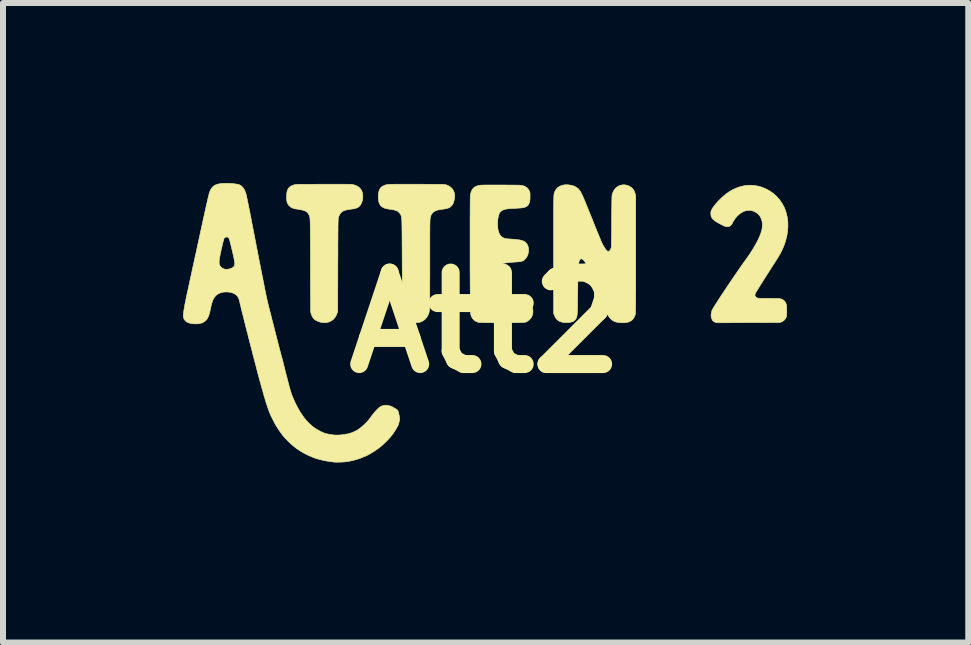
<source format=kicad_pcb>
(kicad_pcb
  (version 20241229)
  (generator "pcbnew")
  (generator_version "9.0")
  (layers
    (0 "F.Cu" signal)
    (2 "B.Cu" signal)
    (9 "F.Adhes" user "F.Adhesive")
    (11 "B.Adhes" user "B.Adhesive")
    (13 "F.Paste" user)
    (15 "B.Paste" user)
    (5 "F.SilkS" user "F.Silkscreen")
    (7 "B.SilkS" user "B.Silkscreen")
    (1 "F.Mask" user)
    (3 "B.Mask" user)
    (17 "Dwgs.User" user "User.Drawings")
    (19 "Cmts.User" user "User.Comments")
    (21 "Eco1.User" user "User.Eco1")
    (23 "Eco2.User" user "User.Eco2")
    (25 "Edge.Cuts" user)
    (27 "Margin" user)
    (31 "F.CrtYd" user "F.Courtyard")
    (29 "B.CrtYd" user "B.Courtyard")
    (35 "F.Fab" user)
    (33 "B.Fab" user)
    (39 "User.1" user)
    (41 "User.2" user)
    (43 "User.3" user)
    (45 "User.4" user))
  (footprint "Att2"
    (layer "F.Cu")
    (at 5.04 2.327)
    (property "Reference" "Att2" (at 0 0 0) (layer "F.SilkS") (effects (font (size 1.524 1.524) (thickness 0.3))))
    (attr through_hole)
    (fp_poly (pts (xy -2.408 -2.307) (xy -2.369 -2.307) (xy -2.336 -2.307) (xy -2.309 -2.307) (xy -2.286 -2.306) (xy -2.266 -2.306) (xy -2.251 -2.305) (xy -2.238 -2.305) (xy -2.228 -2.304) (xy -2.22 -2.303) (xy -2.213 -2.302) (xy -2.209 -2.301) (xy -2.166 -2.289) (xy -2.129 -2.271) (xy -2.098 -2.247) (xy -2.074 -2.217) (xy -2.062 -2.197) (xy -2.051 -2.162) (xy -2.045 -2.124) (xy -2.045 -2.083) (xy -2.051 -2.043) (xy -2.062 -2.004) (xy -2.079 -1.97) (xy -2.082 -1.964) (xy -2.097 -1.945) (xy -2.114 -1.929) (xy -2.135 -1.917) (xy -2.16 -1.907) (xy -2.191 -1.899) (xy -2.229 -1.893) (xy -2.236 -1.892) (xy -2.275 -1.886) (xy -2.307 -1.881) (xy -2.333 -1.875) (xy -2.354 -1.868) (xy -2.372 -1.861) (xy -2.386 -1.852) (xy -2.4 -1.841) (xy -2.402 -1.839) (xy -2.422 -1.817) (xy -2.437 -1.791) (xy -2.449 -1.758) (xy -2.451 -1.754) (xy -2.452 -1.75) (xy -2.453 -1.746) (xy -2.453 -1.74) (xy -2.454 -1.733) (xy -2.455 -1.724) (xy -2.455 -1.712) (xy -2.456 -1.698) (xy -2.456 -1.681) (xy -2.457 -1.66) (xy -2.457 -1.635) (xy -2.458 -1.606) (xy -2.458 -1.572) (xy -2.458 -1.534) (xy -2.459 -1.489) (xy -2.459 -1.439) (xy -2.459 -1.383) (xy -2.46 -1.32) (xy -2.46 -1.25) (xy -2.46 -1.172) (xy -2.46 -1.087) (xy -2.461 -0.993) (xy -2.461 -0.955) (xy -2.463 -0.182) (xy -2.475 -0.153) (xy -2.49 -0.118) (xy -2.508 -0.089) (xy -2.528 -0.064) (xy -2.534 -0.058) (xy -2.566 -0.033) (xy -2.603 -0.014) (xy -2.643 -0.004) (xy -2.686 -0.000447) (xy -2.732 -0.005) (xy -2.755 -0.01) (xy -2.796 -0.024) (xy -2.829 -0.04) (xy -2.856 -0.061) (xy -2.877 -0.086) (xy -2.894 -0.116) (xy -2.905 -0.148) (xy -2.914 -0.182) (xy -2.917 -0.953) (xy -2.917 -1.051) (xy -2.917 -1.141) (xy -2.918 -1.223) (xy -2.918 -1.297) (xy -2.918 -1.364) (xy -2.918 -1.424) (xy -2.919 -1.478) (xy -2.919 -1.526) (xy -2.92 -1.569) (xy -2.92 -1.606) (xy -2.921 -1.638) (xy -2.921 -1.666) (xy -2.922 -1.69) (xy -2.923 -1.71) (xy -2.924 -1.727) (xy -2.925 -1.741) (xy -2.927 -1.752) (xy -2.928 -1.762) (xy -2.93 -1.77) (xy -2.932 -1.776) (xy -2.934 -1.782) (xy -2.936 -1.787) (xy -2.939 -1.792) (xy -2.941 -1.797) (xy -2.943 -1.8) (xy -2.956 -1.821) (xy -2.971 -1.839) (xy -2.989 -1.853) (xy -3.011 -1.864) (xy -3.04 -1.874) (xy -3.075 -1.882) (xy -3.097 -1.885) (xy -3.122 -1.89) (xy -3.146 -1.894) (xy -3.167 -1.897) (xy -3.181 -1.9) (xy -3.185 -1.901) (xy -3.22 -1.912) (xy -3.25 -1.93) (xy -3.276 -1.953) (xy -3.296 -1.982) (xy -3.302 -1.996) (xy -3.309 -2.02) (xy -3.313 -2.049) (xy -3.315 -2.083) (xy -3.314 -2.117) (xy -3.312 -2.152) (xy -3.307 -2.182) (xy -3.3 -2.208) (xy -3.298 -2.213) (xy -3.282 -2.241) (xy -3.259 -2.264) (xy -3.229 -2.282) (xy -3.192 -2.296) (xy -3.191 -2.296) (xy -3.186 -2.298) (xy -3.181 -2.299) (xy -3.175 -2.3) (xy -3.168 -2.301) (xy -3.159 -2.302) (xy -3.148 -2.303) (xy -3.135 -2.304) (xy -3.118 -2.304) (xy -3.097 -2.305) (xy -3.072 -2.305) (xy -3.043 -2.305) (xy -3.008 -2.306) (xy -2.967 -2.306) (xy -2.919 -2.306) (xy -2.865 -2.306) (xy -2.803 -2.307) (xy -2.733 -2.307) (xy -2.702 -2.307) (xy -2.628 -2.307) (xy -2.562 -2.307) (xy -2.503 -2.307) (xy -2.452 -2.307) (xy -2.408 -2.307)) (stroke (width 0.01) (type solid)) (fill yes) (layer "F.SilkS"))
    (fp_poly (pts (xy -1.315 -2.307) (xy -1.25 -2.307) (xy -1.177 -2.307) (xy -1.138 -2.307) (xy -1.065 -2.307) (xy -0.999 -2.306) (xy -0.942 -2.306) (xy -0.892 -2.306) (xy -0.848 -2.306) (xy -0.81 -2.305) (xy -0.779 -2.305) (xy -0.752 -2.305) (xy -0.73 -2.304) (xy -0.712 -2.304) (xy -0.697 -2.303) (xy -0.686 -2.302) (xy -0.677 -2.302) (xy -0.67 -2.301) (xy -0.664 -2.3) (xy -0.66 -2.298) (xy -0.657 -2.297) (xy -0.615 -2.28) (xy -0.58 -2.257) (xy -0.552 -2.229) (xy -0.532 -2.196) (xy -0.519 -2.159) (xy -0.514 -2.118) (xy -0.516 -2.073) (xy -0.526 -2.027) (xy -0.539 -1.989) (xy -0.558 -1.957) (xy -0.581 -1.933) (xy -0.586 -1.929) (xy -0.598 -1.921) (xy -0.61 -1.914) (xy -0.625 -1.909) (xy -0.642 -1.904) (xy -0.665 -1.899) (xy -0.693 -1.894) (xy -0.72 -1.89) (xy -0.746 -1.886) (xy -0.77 -1.882) (xy -0.79 -1.878) (xy -0.804 -1.875) (xy -0.81 -1.874) (xy -0.845 -1.859) (xy -0.874 -1.838) (xy -0.896 -1.812) (xy -0.907 -1.792) (xy -0.91 -1.786) (xy -0.912 -1.78) (xy -0.914 -1.774) (xy -0.916 -1.768) (xy -0.918 -1.761) (xy -0.92 -1.753) (xy -0.921 -1.743) (xy -0.922 -1.731) (xy -0.924 -1.717) (xy -0.925 -1.7) (xy -0.925 -1.679) (xy -0.926 -1.655) (xy -0.927 -1.627) (xy -0.927 -1.594) (xy -0.927 -1.556) (xy -0.928 -1.513) (xy -0.928 -1.464) (xy -0.928 -1.41) (xy -0.928 -1.348) (xy -0.928 -1.28) (xy -0.928 -1.204) (xy -0.928 -1.121) (xy -0.928 -1.029) (xy -0.928 -0.981) (xy -0.928 -0.87) (xy -0.928 -0.768) (xy -0.929 -0.674) (xy -0.929 -0.589) (xy -0.929 -0.512) (xy -0.929 -0.444) (xy -0.93 -0.384) (xy -0.93 -0.333) (xy -0.931 -0.291) (xy -0.931 -0.257) (xy -0.932 -0.233) (xy -0.933 -0.216) (xy -0.933 -0.21) (xy -0.943 -0.164) (xy -0.959 -0.122) (xy -0.982 -0.085) (xy -1.01 -0.054) (xy -1.044 -0.029) (xy -1.077 -0.013) (xy -1.103 -0.005) (xy -1.135 -0.002) (xy -1.169 -0.001) (xy -1.202 -0.004) (xy -1.222 -0.009) (xy -1.252 -0.018) (xy -1.281 -0.031) (xy -1.306 -0.045) (xy -1.327 -0.06) (xy -1.334 -0.067) (xy -1.352 -0.091) (xy -1.366 -0.122) (xy -1.376 -0.156) (xy -1.379 -0.171) (xy -1.38 -0.178) (xy -1.381 -0.192) (xy -1.381 -0.211) (xy -1.382 -0.236) (xy -1.383 -0.267) (xy -1.383 -0.305) (xy -1.384 -0.35) (xy -1.384 -0.402) (xy -1.385 -0.461) (xy -1.385 -0.528) (xy -1.386 -0.602) (xy -1.386 -0.685) (xy -1.387 -0.775) (xy -1.387 -0.873) (xy -1.388 -0.968) (xy -1.388 -1.065) (xy -1.389 -1.154) (xy -1.389 -1.234) (xy -1.39 -1.307) (xy -1.39 -1.373) (xy -1.39 -1.433) (xy -1.391 -1.485) (xy -1.391 -1.532) (xy -1.392 -1.574) (xy -1.392 -1.61) (xy -1.393 -1.641) (xy -1.393 -1.668) (xy -1.394 -1.691) (xy -1.395 -1.711) (xy -1.396 -1.727) (xy -1.397 -1.74) (xy -1.398 -1.751) (xy -1.399 -1.761) (xy -1.401 -1.768) (xy -1.403 -1.774) (xy -1.405 -1.78) (xy -1.407 -1.785) (xy -1.409 -1.79) (xy -1.411 -1.796) (xy -1.411 -1.796) (xy -1.418 -1.809) (xy -1.429 -1.823) (xy -1.435 -1.83) (xy -1.447 -1.843) (xy -1.461 -1.854) (xy -1.476 -1.863) (xy -1.495 -1.87) (xy -1.518 -1.877) (xy -1.547 -1.883) (xy -1.583 -1.889) (xy -1.607 -1.892) (xy -1.649 -1.9) (xy -1.683 -1.909) (xy -1.71 -1.922) (xy -1.733 -1.937) (xy -1.751 -1.957) (xy -1.764 -1.978) (xy -1.776 -2.009) (xy -1.784 -2.043) (xy -1.787 -2.084) (xy -1.787 -2.089) (xy -1.785 -2.136) (xy -1.779 -2.176) (xy -1.769 -2.209) (xy -1.765 -2.219) (xy -1.752 -2.24) (xy -1.738 -2.257) (xy -1.719 -2.271) (xy -1.696 -2.283) (xy -1.688 -2.287) (xy -1.68 -2.29) (xy -1.671 -2.293) (xy -1.662 -2.296) (xy -1.652 -2.298) (xy -1.641 -2.3) (xy -1.627 -2.302) (xy -1.61 -2.303) (xy -1.59 -2.305) (xy -1.566 -2.306) (xy -1.538 -2.306) (xy -1.506 -2.307) (xy -1.467 -2.307) (xy -1.423 -2.307) (xy -1.373 -2.307) (xy -1.315 -2.307)) (stroke (width 0.01) (type solid)) (fill yes) (layer "F.SilkS"))
    (fp_poly (pts (xy 4.482 -2.286) (xy 4.551 -2.274) (xy 4.618 -2.253) (xy 4.682 -2.225) (xy 4.743 -2.191) (xy 4.8 -2.15) (xy 4.852 -2.103) (xy 4.899 -2.05) (xy 4.939 -1.993) (xy 4.973 -1.93) (xy 4.986 -1.903) (xy 5.011 -1.83) (xy 5.029 -1.753) (xy 5.038 -1.675) (xy 5.039 -1.594) (xy 5.032 -1.511) (xy 5.017 -1.427) (xy 4.993 -1.342) (xy 4.99 -1.332) (xy 4.973 -1.284) (xy 4.953 -1.237) (xy 4.932 -1.191) (xy 4.907 -1.144) (xy 4.877 -1.093) (xy 4.843 -1.039) (xy 4.836 -1.028) (xy 4.815 -0.995) (xy 4.791 -0.958) (xy 4.766 -0.919) (xy 4.74 -0.878) (xy 4.713 -0.836) (xy 4.686 -0.794) (xy 4.659 -0.751) (xy 4.633 -0.71) (xy 4.608 -0.67) (xy 4.584 -0.633) (xy 4.563 -0.598) (xy 4.544 -0.568) (xy 4.528 -0.542) (xy 4.515 -0.521) (xy 4.506 -0.506) (xy 4.501 -0.497) (xy 4.501 -0.497) (xy 4.495 -0.482) (xy 4.49 -0.469) (xy 4.489 -0.461) (xy 4.493 -0.443) (xy 4.505 -0.427) (xy 4.523 -0.416) (xy 4.528 -0.413) (xy 4.533 -0.411) (xy 4.539 -0.409) (xy 4.547 -0.408) (xy 4.557 -0.407) (xy 4.571 -0.406) (xy 4.589 -0.405) (xy 4.613 -0.405) (xy 4.643 -0.405) (xy 4.68 -0.405) (xy 4.712 -0.405) (xy 4.751 -0.405) (xy 4.787 -0.404) (xy 4.821 -0.404) (xy 4.85 -0.403) (xy 4.874 -0.403) (xy 4.891 -0.402) (xy 4.901 -0.401) (xy 4.902 -0.401) (xy 4.933 -0.393) (xy 4.962 -0.378) (xy 4.985 -0.358) (xy 5 -0.336) (xy 5.006 -0.322) (xy 5.011 -0.306) (xy 5.015 -0.289) (xy 5.017 -0.267) (xy 5.018 -0.24) (xy 5.019 -0.205) (xy 5.019 -0.196) (xy 5.019 -0.166) (xy 5.018 -0.144) (xy 5.017 -0.127) (xy 5.016 -0.114) (xy 5.014 -0.103) (xy 5.011 -0.094) (xy 5.01 -0.09) (xy 4.995 -0.063) (xy 4.975 -0.04) (xy 4.95 -0.021) (xy 4.932 -0.013) (xy 4.907 -0.003) (xy 4.476 -0.001) (xy 4.413 -0.001) (xy 4.35 -0.001) (xy 4.29 -0.001) (xy 4.232 -0.000426) (xy 4.177 -0.000189) (xy 4.126 0.000047) (xy 4.08 0.000278) (xy 4.039 0.001) (xy 4.005 0.001) (xy 3.977 0.001) (xy 3.958 0.001) (xy 3.954 0.001) (xy 3.926 0.001) (xy 3.9 0.001) (xy 3.877 0.001) (xy 3.86 0.001) (xy 3.85 -0.000183) (xy 3.849 -0.000326) (xy 3.83 -0.006) (xy 3.81 -0.016) (xy 3.793 -0.028) (xy 3.789 -0.031) (xy 3.779 -0.046) (xy 3.77 -0.066) (xy 3.762 -0.088) (xy 3.76 -0.102) (xy 3.759 -0.122) (xy 3.761 -0.147) (xy 3.766 -0.174) (xy 3.772 -0.199) (xy 3.775 -0.208) (xy 3.78 -0.218) (xy 3.79 -0.235) (xy 3.804 -0.258) (xy 3.821 -0.286) (xy 3.843 -0.32) (xy 3.867 -0.358) (xy 3.894 -0.399) (xy 3.923 -0.444) (xy 3.955 -0.492) (xy 3.988 -0.542) (xy 4.022 -0.593) (xy 4.057 -0.645) (xy 4.093 -0.698) (xy 4.128 -0.75) (xy 4.164 -0.802) (xy 4.199 -0.853) (xy 4.232 -0.902) (xy 4.265 -0.948) (xy 4.295 -0.992) (xy 4.324 -1.032) (xy 4.35 -1.067) (xy 4.35 -1.069) (xy 4.397 -1.134) (xy 4.439 -1.199) (xy 4.478 -1.263) (xy 4.513 -1.325) (xy 4.544 -1.385) (xy 4.569 -1.441) (xy 4.589 -1.492) (xy 4.603 -1.539) (xy 4.605 -1.548) (xy 4.61 -1.576) (xy 4.612 -1.608) (xy 4.613 -1.641) (xy 4.611 -1.671) (xy 4.607 -1.695) (xy 4.593 -1.738) (xy 4.572 -1.777) (xy 4.544 -1.809) (xy 4.51 -1.836) (xy 4.471 -1.856) (xy 4.429 -1.869) (xy 4.39 -1.873) (xy 4.35 -1.869) (xy 4.309 -1.857) (xy 4.27 -1.837) (xy 4.232 -1.811) (xy 4.195 -1.778) (xy 4.161 -1.738) (xy 4.131 -1.692) (xy 4.13 -1.691) (xy 4.121 -1.677) (xy 4.115 -1.665) (xy 4.112 -1.658) (xy 4.112 -1.657) (xy 4.11 -1.651) (xy 4.104 -1.641) (xy 4.099 -1.634) (xy 4.08 -1.615) (xy 4.057 -1.603) (xy 4.031 -1.599) (xy 4.002 -1.602) (xy 3.989 -1.606) (xy 3.978 -1.611) (xy 3.962 -1.619) (xy 3.941 -1.629) (xy 3.918 -1.641) (xy 3.895 -1.653) (xy 3.856 -1.675) (xy 3.825 -1.695) (xy 3.8 -1.714) (xy 3.782 -1.733) (xy 3.769 -1.753) (xy 3.76 -1.774) (xy 3.756 -1.797) (xy 3.755 -1.818) (xy 3.756 -1.837) (xy 3.757 -1.852) (xy 3.761 -1.865) (xy 3.768 -1.88) (xy 3.769 -1.883) (xy 3.787 -1.914) (xy 3.811 -1.947) (xy 3.84 -1.983) (xy 3.873 -2.02) (xy 3.909 -2.057) (xy 3.947 -2.093) (xy 3.985 -2.126) (xy 4.023 -2.156) (xy 4.059 -2.181) (xy 4.064 -2.184) (xy 4.129 -2.221) (xy 4.193 -2.249) (xy 4.257 -2.27) (xy 4.32 -2.284) (xy 4.386 -2.29) (xy 4.412 -2.29) (xy 4.482 -2.286)) (stroke (width 0.01) (type solid)) (fill yes) (layer "F.SilkS"))
    (fp_poly (pts (xy 1.423 -2.291) (xy 1.425 -2.29) (xy 1.47 -2.278) (xy 1.507 -2.26) (xy 1.538 -2.238) (xy 1.551 -2.225) (xy 1.558 -2.217) (xy 1.565 -2.208) (xy 1.572 -2.2) (xy 1.579 -2.189) (xy 1.586 -2.178) (xy 1.593 -2.164) (xy 1.602 -2.147) (xy 1.611 -2.128) (xy 1.622 -2.105) (xy 1.633 -2.078) (xy 1.647 -2.046) (xy 1.662 -2.01) (xy 1.679 -1.968) (xy 1.698 -1.921) (xy 1.72 -1.867) (xy 1.744 -1.807) (xy 1.772 -1.739) (xy 1.802 -1.664) (xy 1.804 -1.658) (xy 1.824 -1.609) (xy 1.843 -1.561) (xy 1.862 -1.515) (xy 1.879 -1.473) (xy 1.895 -1.435) (xy 1.909 -1.401) (xy 1.92 -1.372) (xy 1.93 -1.35) (xy 1.937 -1.334) (xy 1.94 -1.327) (xy 1.963 -1.284) (xy 1.984 -1.249) (xy 2.003 -1.221) (xy 2.021 -1.201) (xy 2.036 -1.19) (xy 2.048 -1.187) (xy 2.061 -1.191) (xy 2.073 -1.203) (xy 2.085 -1.222) (xy 2.094 -1.248) (xy 2.094 -1.249) (xy 2.095 -1.255) (xy 2.096 -1.266) (xy 2.097 -1.282) (xy 2.097 -1.304) (xy 2.098 -1.333) (xy 2.099 -1.367) (xy 2.099 -1.409) (xy 2.1 -1.458) (xy 2.101 -1.514) (xy 2.101 -1.578) (xy 2.102 -1.65) (xy 2.102 -1.693) (xy 2.102 -1.764) (xy 2.103 -1.827) (xy 2.103 -1.882) (xy 2.104 -1.93) (xy 2.104 -1.971) (xy 2.105 -2.007) (xy 2.105 -2.037) (xy 2.106 -2.062) (xy 2.106 -2.082) (xy 2.107 -2.099) (xy 2.108 -2.112) (xy 2.109 -2.122) (xy 2.109 -2.13) (xy 2.111 -2.137) (xy 2.112 -2.142) (xy 2.112 -2.143) (xy 2.129 -2.185) (xy 2.151 -2.222) (xy 2.178 -2.251) (xy 2.211 -2.274) (xy 2.249 -2.289) (xy 2.273 -2.295) (xy 2.31 -2.298) (xy 2.348 -2.292) (xy 2.386 -2.279) (xy 2.395 -2.275) (xy 2.426 -2.256) (xy 2.452 -2.233) (xy 2.472 -2.205) (xy 2.487 -2.17) (xy 2.493 -2.152) (xy 2.503 -2.117) (xy 2.503 -1.141) (xy 2.503 -1.032) (xy 2.503 -0.931) (xy 2.503 -0.838) (xy 2.503 -0.753) (xy 2.503 -0.676) (xy 2.503 -0.605) (xy 2.503 -0.541) (xy 2.502 -0.484) (xy 2.502 -0.432) (xy 2.502 -0.386) (xy 2.502 -0.345) (xy 2.502 -0.309) (xy 2.501 -0.278) (xy 2.501 -0.251) (xy 2.501 -0.228) (xy 2.5 -0.209) (xy 2.5 -0.192) (xy 2.5 -0.179) (xy 2.499 -0.168) (xy 2.498 -0.159) (xy 2.498 -0.152) (xy 2.497 -0.146) (xy 2.496 -0.142) (xy 2.495 -0.138) (xy 2.495 -0.136) (xy 2.485 -0.107) (xy 2.473 -0.083) (xy 2.458 -0.062) (xy 2.451 -0.054) (xy 2.429 -0.034) (xy 2.402 -0.019) (xy 2.371 -0.008) (xy 2.334 -0.002) (xy 2.291 0.001) (xy 2.249 -0.000484) (xy 2.205 -0.005) (xy 2.168 -0.013) (xy 2.136 -0.027) (xy 2.107 -0.045) (xy 2.082 -0.068) (xy 2.067 -0.085) (xy 2.052 -0.106) (xy 2.037 -0.131) (xy 2.022 -0.162) (xy 2.005 -0.199) (xy 1.987 -0.243) (xy 1.968 -0.29) (xy 1.953 -0.328) (xy 1.937 -0.37) (xy 1.918 -0.416) (xy 1.899 -0.464) (xy 1.878 -0.514) (xy 1.857 -0.566) (xy 1.836 -0.617) (xy 1.814 -0.669) (xy 1.793 -0.719) (xy 1.773 -0.767) (xy 1.753 -0.813) (xy 1.735 -0.855) (xy 1.718 -0.894) (xy 1.703 -0.927) (xy 1.69 -0.955) (xy 1.68 -0.977) (xy 1.672 -0.992) (xy 1.67 -0.996) (xy 1.65 -1.024) (xy 1.632 -1.045) (xy 1.614 -1.058) (xy 1.598 -1.064) (xy 1.584 -1.062) (xy 1.573 -1.052) (xy 1.573 -1.052) (xy 1.567 -1.041) (xy 1.561 -1.026) (xy 1.556 -1.007) (xy 1.554 -1.002) (xy 1.552 -0.992) (xy 1.55 -0.978) (xy 1.548 -0.961) (xy 1.547 -0.939) (xy 1.545 -0.914) (xy 1.544 -0.883) (xy 1.542 -0.848) (xy 1.541 -0.806) (xy 1.54 -0.759) (xy 1.539 -0.705) (xy 1.538 -0.643) (xy 1.537 -0.575) (xy 1.536 -0.498) (xy 1.535 -0.425) (xy 1.534 -0.364) (xy 1.533 -0.312) (xy 1.533 -0.267) (xy 1.532 -0.229) (xy 1.531 -0.197) (xy 1.529 -0.17) (xy 1.528 -0.148) (xy 1.526 -0.129) (xy 1.524 -0.114) (xy 1.521 -0.102) (xy 1.519 -0.091) (xy 1.517 -0.086) (xy 1.505 -0.063) (xy 1.488 -0.042) (xy 1.467 -0.025) (xy 1.455 -0.018) (xy 1.434 -0.012) (xy 1.407 -0.006) (xy 1.377 -0.002) (xy 1.348 -0.001) (xy 1.323 -0.002) (xy 1.279 -0.008) (xy 1.242 -0.019) (xy 1.211 -0.036) (xy 1.185 -0.058) (xy 1.164 -0.088) (xy 1.147 -0.124) (xy 1.146 -0.125) (xy 1.136 -0.151) (xy 1.135 -1.129) (xy 1.135 -1.24) (xy 1.135 -1.342) (xy 1.135 -1.437) (xy 1.135 -1.523) (xy 1.135 -1.603) (xy 1.135 -1.675) (xy 1.135 -1.741) (xy 1.135 -1.8) (xy 1.135 -1.853) (xy 1.135 -1.901) (xy 1.135 -1.944) (xy 1.136 -1.981) (xy 1.136 -2.014) (xy 1.137 -2.043) (xy 1.138 -2.067) (xy 1.138 -2.089) (xy 1.139 -2.107) (xy 1.14 -2.122) (xy 1.141 -2.134) (xy 1.143 -2.145) (xy 1.144 -2.154) (xy 1.146 -2.161) (xy 1.148 -2.167) (xy 1.15 -2.172) (xy 1.152 -2.177) (xy 1.154 -2.182) (xy 1.157 -2.187) (xy 1.158 -2.191) (xy 1.179 -2.225) (xy 1.206 -2.253) (xy 1.239 -2.274) (xy 1.241 -2.275) (xy 1.281 -2.29) (xy 1.325 -2.298) (xy 1.372 -2.298) (xy 1.423 -2.291)) (stroke (width 0.01) (type solid)) (fill yes) (layer "F.SilkS"))
    (fp_poly (pts (xy 0.132 -2.294) (xy 0.184 -2.294) (xy 0.245 -2.294) (xy 0.269 -2.294) (xy 0.33 -2.294) (xy 0.384 -2.293) (xy 0.43 -2.293) (xy 0.469 -2.293) (xy 0.502 -2.292) (xy 0.529 -2.292) (xy 0.551 -2.292) (xy 0.569 -2.291) (xy 0.583 -2.29) (xy 0.595 -2.289) (xy 0.603 -2.288) (xy 0.61 -2.287) (xy 0.616 -2.286) (xy 0.622 -2.284) (xy 0.625 -2.283) (xy 0.66 -2.269) (xy 0.688 -2.251) (xy 0.71 -2.229) (xy 0.727 -2.202) (xy 0.731 -2.194) (xy 0.735 -2.184) (xy 0.738 -2.175) (xy 0.74 -2.165) (xy 0.742 -2.152) (xy 0.742 -2.135) (xy 0.742 -2.111) (xy 0.742 -2.104) (xy 0.742 -2.076) (xy 0.741 -2.055) (xy 0.739 -2.038) (xy 0.737 -2.024) (xy 0.733 -2.01) (xy 0.732 -2.008) (xy 0.723 -1.982) (xy 0.712 -1.962) (xy 0.698 -1.947) (xy 0.68 -1.935) (xy 0.673 -1.932) (xy 0.661 -1.926) (xy 0.648 -1.921) (xy 0.633 -1.918) (xy 0.615 -1.915) (xy 0.594 -1.912) (xy 0.567 -1.91) (xy 0.534 -1.908) (xy 0.494 -1.906) (xy 0.481 -1.905) (xy 0.434 -1.903) (xy 0.395 -1.9) (xy 0.363 -1.896) (xy 0.336 -1.892) (xy 0.313 -1.886) (xy 0.294 -1.879) (xy 0.277 -1.87) (xy 0.261 -1.859) (xy 0.26 -1.858) (xy 0.241 -1.839) (xy 0.226 -1.812) (xy 0.215 -1.777) (xy 0.207 -1.734) (xy 0.202 -1.682) (xy 0.201 -1.64) (xy 0.204 -1.585) (xy 0.211 -1.537) (xy 0.224 -1.496) (xy 0.241 -1.462) (xy 0.264 -1.436) (xy 0.292 -1.416) (xy 0.324 -1.404) (xy 0.331 -1.402) (xy 0.343 -1.4) (xy 0.362 -1.398) (xy 0.385 -1.396) (xy 0.411 -1.394) (xy 0.43 -1.393) (xy 0.483 -1.389) (xy 0.528 -1.384) (xy 0.566 -1.379) (xy 0.598 -1.372) (xy 0.624 -1.364) (xy 0.646 -1.354) (xy 0.664 -1.342) (xy 0.678 -1.327) (xy 0.691 -1.311) (xy 0.692 -1.309) (xy 0.708 -1.275) (xy 0.716 -1.239) (xy 0.718 -1.2) (xy 0.713 -1.161) (xy 0.702 -1.124) (xy 0.685 -1.09) (xy 0.661 -1.06) (xy 0.658 -1.057) (xy 0.647 -1.046) (xy 0.636 -1.037) (xy 0.624 -1.031) (xy 0.61 -1.025) (xy 0.592 -1.021) (xy 0.571 -1.017) (xy 0.543 -1.014) (xy 0.509 -1.012) (xy 0.484 -1.01) (xy 0.431 -1.006) (xy 0.387 -1.002) (xy 0.349 -0.998) (xy 0.318 -0.993) (xy 0.293 -0.987) (xy 0.273 -0.98) (xy 0.257 -0.972) (xy 0.245 -0.962) (xy 0.236 -0.95) (xy 0.228 -0.935) (xy 0.222 -0.918) (xy 0.219 -0.908) (xy 0.217 -0.895) (xy 0.215 -0.874) (xy 0.213 -0.848) (xy 0.212 -0.816) (xy 0.21 -0.781) (xy 0.21 -0.744) (xy 0.209 -0.706) (xy 0.209 -0.668) (xy 0.21 -0.633) (xy 0.211 -0.606) (xy 0.213 -0.567) (xy 0.215 -0.535) (xy 0.217 -0.511) (xy 0.221 -0.491) (xy 0.225 -0.476) (xy 0.231 -0.463) (xy 0.238 -0.453) (xy 0.242 -0.449) (xy 0.25 -0.439) (xy 0.26 -0.432) (xy 0.271 -0.425) (xy 0.285 -0.42) (xy 0.302 -0.415) (xy 0.323 -0.412) (xy 0.35 -0.409) (xy 0.382 -0.406) (xy 0.421 -0.404) (xy 0.468 -0.401) (xy 0.477 -0.401) (xy 0.522 -0.398) (xy 0.56 -0.396) (xy 0.59 -0.394) (xy 0.615 -0.391) (xy 0.636 -0.388) (xy 0.652 -0.384) (xy 0.667 -0.38) (xy 0.679 -0.374) (xy 0.691 -0.367) (xy 0.697 -0.364) (xy 0.729 -0.339) (xy 0.753 -0.311) (xy 0.772 -0.278) (xy 0.784 -0.244) (xy 0.79 -0.208) (xy 0.79 -0.172) (xy 0.784 -0.137) (xy 0.772 -0.103) (xy 0.753 -0.073) (xy 0.729 -0.046) (xy 0.699 -0.024) (xy 0.676 -0.012) (xy 0.67 -0.01) (xy 0.664 -0.008) (xy 0.657 -0.007) (xy 0.649 -0.005) (xy 0.639 -0.004) (xy 0.625 -0.003) (xy 0.608 -0.003) (xy 0.586 -0.002) (xy 0.558 -0.002) (xy 0.524 -0.001) (xy 0.483 -0.001) (xy 0.434 -0.000057) (xy 0.434 -0.000057) (xy 0.383 0.00037) (xy 0.329 0.001) (xy 0.273 0.001) (xy 0.217 0.001) (xy 0.163 0.001) (xy 0.114 0.000411) (xy 0.07 0.000006) (xy 0.053 -0.000223) (xy 0.01 -0.001) (xy -0.025 -0.002) (xy -0.053 -0.002) (xy -0.076 -0.003) (xy -0.093 -0.004) (xy -0.106 -0.005) (xy -0.117 -0.006) (xy -0.125 -0.008) (xy -0.132 -0.01) (xy -0.136 -0.012) (xy -0.171 -0.028) (xy -0.2 -0.052) (xy -0.223 -0.081) (xy -0.24 -0.118) (xy -0.242 -0.124) (xy -0.244 -0.129) (xy -0.245 -0.134) (xy -0.246 -0.14) (xy -0.247 -0.148) (xy -0.248 -0.157) (xy -0.249 -0.17) (xy -0.25 -0.185) (xy -0.25 -0.204) (xy -0.251 -0.228) (xy -0.252 -0.256) (xy -0.252 -0.29) (xy -0.253 -0.33) (xy -0.253 -0.376) (xy -0.254 -0.43) (xy -0.254 -0.492) (xy -0.255 -0.534) (xy -0.255 -0.589) (xy -0.256 -0.651) (xy -0.256 -0.72) (xy -0.256 -0.795) (xy -0.257 -0.874) (xy -0.257 -0.957) (xy -0.257 -1.042) (xy -0.257 -1.129) (xy -0.257 -1.216) (xy -0.257 -1.303) (xy -0.257 -1.388) (xy -0.257 -1.47) (xy -0.257 -1.513) (xy -0.257 -1.598) (xy -0.257 -1.674) (xy -0.257 -1.743) (xy -0.256 -1.804) (xy -0.256 -1.858) (xy -0.256 -1.906) (xy -0.256 -1.947) (xy -0.255 -1.984) (xy -0.255 -2.015) (xy -0.255 -2.041) (xy -0.254 -2.064) (xy -0.254 -2.082) (xy -0.253 -2.098) (xy -0.252 -2.11) (xy -0.252 -2.121) (xy -0.251 -2.129) (xy -0.25 -2.136) (xy -0.249 -2.142) (xy -0.248 -2.146) (xy -0.237 -2.185) (xy -0.222 -2.217) (xy -0.202 -2.242) (xy -0.177 -2.262) (xy -0.146 -2.277) (xy -0.107 -2.287) (xy -0.098 -2.289) (xy -0.09 -2.29) (xy -0.08 -2.291) (xy -0.068 -2.292) (xy -0.053 -2.293) (xy -0.035 -2.293) (xy -0.012 -2.294) (xy 0.015 -2.294) (xy 0.048 -2.294) (xy 0.086 -2.294) (xy 0.132 -2.294)) (stroke (width 0.01) (type solid)) (fill yes) (layer "F.SilkS"))
    (fp_poly (pts (xy -4.281 -2.321) (xy -4.24 -2.319) (xy -4.201 -2.316) (xy -4.166 -2.312) (xy -4.135 -2.307) (xy -4.11 -2.301) (xy -4.099 -2.297) (xy -4.069 -2.279) (xy -4.043 -2.253) (xy -4.02 -2.219) (xy -4.002 -2.179) (xy -3.998 -2.168) (xy -3.996 -2.163) (xy -3.994 -2.157) (xy -3.992 -2.15) (xy -3.99 -2.143) (xy -3.988 -2.133) (xy -3.985 -2.122) (xy -3.982 -2.109) (xy -3.979 -2.093) (xy -3.975 -2.075) (xy -3.97 -2.052) (xy -3.965 -2.027) (xy -3.959 -1.997) (xy -3.952 -1.962) (xy -3.944 -1.923) (xy -3.935 -1.879) (xy -3.925 -1.829) (xy -3.914 -1.773) (xy -3.902 -1.71) (xy -3.889 -1.641) (xy -3.874 -1.565) (xy -3.858 -1.482) (xy -3.84 -1.39) (xy -3.821 -1.291) (xy -3.819 -1.281) (xy -3.799 -1.177) (xy -3.78 -1.081) (xy -3.763 -0.993) (xy -3.747 -0.913) (xy -3.733 -0.839) (xy -3.719 -0.771) (xy -3.707 -0.71) (xy -3.696 -0.655) (xy -3.686 -0.604) (xy -3.677 -0.559) (xy -3.669 -0.518) (xy -3.661 -0.481) (xy -3.654 -0.447) (xy -3.648 -0.417) (xy -3.642 -0.389) (xy -3.636 -0.364) (xy -3.63 -0.34) (xy -3.625 -0.318) (xy -3.62 -0.297) (xy -3.615 -0.276) (xy -3.61 -0.256) (xy -3.606 -0.241) (xy -3.589 -0.175) (xy -3.574 -0.117) (xy -3.562 -0.068) (xy -3.551 -0.025) (xy -3.541 0.011) (xy -3.534 0.041) (xy -3.528 0.064) (xy -3.523 0.082) (xy -3.52 0.094) (xy -3.519 0.101) (xy -3.515 0.118) (xy -3.51 0.135) (xy -3.508 0.142) (xy -3.505 0.156) (xy -3.501 0.172) (xy -3.496 0.192) (xy -3.489 0.217) (xy -3.481 0.247) (xy -3.472 0.283) (xy -3.461 0.327) (xy -3.456 0.348) (xy -3.44 0.408) (xy -3.427 0.459) (xy -3.415 0.503) (xy -3.405 0.541) (xy -3.397 0.572) (xy -3.391 0.591) (xy -3.387 0.606) (xy -3.381 0.629) (xy -3.374 0.657) (xy -3.366 0.689) (xy -3.357 0.725) (xy -3.348 0.762) (xy -3.343 0.782) (xy -3.337 0.806) (xy -3.33 0.834) (xy -3.323 0.861) (xy -3.32 0.874) (xy -3.313 0.897) (xy -3.307 0.921) (xy -3.302 0.942) (xy -3.299 0.953) (xy -3.293 0.976) (xy -3.286 1.004) (xy -3.278 1.035) (xy -3.269 1.067) (xy -3.26 1.1) (xy -3.251 1.131) (xy -3.242 1.159) (xy -3.235 1.184) (xy -3.228 1.202) (xy -3.224 1.214) (xy -3.223 1.215) (xy -3.22 1.224) (xy -3.214 1.237) (xy -3.208 1.252) (xy -3.169 1.34) (xy -3.127 1.421) (xy -3.083 1.497) (xy -3.036 1.565) (xy -2.988 1.627) (xy -2.937 1.68) (xy -2.885 1.726) (xy -2.852 1.751) (xy -2.824 1.769) (xy -2.793 1.788) (xy -2.761 1.805) (xy -2.731 1.82) (xy -2.704 1.833) (xy -2.681 1.841) (xy -2.674 1.844) (xy -2.647 1.851) (xy -2.623 1.856) (xy -2.603 1.861) (xy -2.59 1.863) (xy -2.552 1.868) (xy -2.517 1.872) (xy -2.485 1.873) (xy -2.454 1.873) (xy -2.421 1.871) (xy -2.386 1.867) (xy -2.345 1.861) (xy -2.302 1.854) (xy -2.271 1.847) (xy -2.236 1.836) (xy -2.201 1.822) (xy -2.167 1.806) (xy -2.137 1.79) (xy -2.122 1.781) (xy -2.074 1.745) (xy -2.027 1.704) (xy -1.983 1.661) (xy -1.944 1.617) (xy -1.92 1.586) (xy -1.882 1.534) (xy -1.846 1.49) (xy -1.813 1.453) (xy -1.784 1.424) (xy -1.766 1.41) (xy -1.734 1.391) (xy -1.698 1.379) (xy -1.657 1.375) (xy -1.654 1.375) (xy -1.632 1.377) (xy -1.607 1.383) (xy -1.58 1.391) (xy -1.556 1.401) (xy -1.539 1.411) (xy -1.527 1.418) (xy -1.519 1.423) (xy -1.517 1.423) (xy -1.512 1.426) (xy -1.501 1.432) (xy -1.488 1.441) (xy -1.487 1.442) (xy -1.461 1.461) (xy -1.447 1.513) (xy -1.438 1.55) (xy -1.433 1.581) (xy -1.432 1.61) (xy -1.436 1.637) (xy -1.443 1.666) (xy -1.446 1.676) (xy -1.452 1.695) (xy -1.457 1.71) (xy -1.461 1.721) (xy -1.463 1.724) (xy -1.467 1.73) (xy -1.474 1.741) (xy -1.482 1.756) (xy -1.483 1.759) (xy -1.495 1.78) (xy -1.512 1.806) (xy -1.531 1.835) (xy -1.553 1.865) (xy -1.572 1.89) (xy -1.581 1.901) (xy -1.594 1.916) (xy -1.611 1.934) (xy -1.63 1.955) (xy -1.65 1.975) (xy -1.696 2.02) (xy -1.743 2.062) (xy -1.794 2.101) (xy -1.85 2.139) (xy -1.911 2.177) (xy -1.959 2.204) (xy -1.976 2.212) (xy -1.99 2.22) (xy -2 2.224) (xy -2.003 2.225) (xy -2.009 2.226) (xy -2.021 2.231) (xy -2.034 2.237) (xy -2.082 2.257) (xy -2.137 2.276) (xy -2.196 2.292) (xy -2.256 2.306) (xy -2.317 2.316) (xy -2.345 2.319) (xy -2.362 2.321) (xy -2.385 2.322) (xy -2.409 2.323) (xy -2.435 2.324) (xy -2.46 2.324) (xy -2.483 2.325) (xy -2.502 2.324) (xy -2.516 2.324) (xy -2.523 2.323) (xy -2.524 2.323) (xy -2.528 2.322) (xy -2.539 2.32) (xy -2.555 2.318) (xy -2.566 2.317) (xy -2.601 2.312) (xy -2.637 2.307) (xy -2.673 2.3) (xy -2.705 2.294) (xy -2.731 2.287) (xy -2.739 2.285) (xy -2.756 2.28) (xy -2.77 2.277) (xy -2.779 2.275) (xy -2.78 2.275) (xy -2.789 2.273) (xy -2.804 2.268) (xy -2.823 2.263) (xy -2.842 2.256) (xy -2.861 2.249) (xy -2.875 2.244) (xy -2.884 2.24) (xy -2.884 2.24) (xy -2.895 2.234) (xy -2.903 2.231) (xy -2.913 2.228) (xy -2.928 2.221) (xy -2.947 2.213) (xy -2.966 2.204) (xy -2.984 2.195) (xy -2.995 2.19) (xy -3.007 2.183) (xy -3.023 2.175) (xy -3.043 2.164) (xy -3.063 2.152) (xy -3.099 2.13) (xy -3.139 2.103) (xy -3.181 2.071) (xy -3.225 2.035) (xy -3.237 2.025) (xy -3.255 2.008) (xy -3.277 1.987) (xy -3.3 1.963) (xy -3.324 1.939) (xy -3.346 1.915) (xy -3.365 1.894) (xy -3.379 1.877) (xy -3.38 1.876) (xy -3.404 1.843) (xy -3.429 1.808) (xy -3.455 1.77) (xy -3.483 1.726) (xy -3.484 1.726) (xy -3.495 1.707) (xy -3.509 1.682) (xy -3.524 1.652) (xy -3.541 1.62) (xy -3.557 1.587) (xy -3.573 1.555) (xy -3.586 1.526) (xy -3.597 1.5) (xy -3.602 1.489) (xy -3.618 1.446) (xy -3.635 1.395) (xy -3.654 1.338) (xy -3.672 1.278) (xy -3.691 1.214) (xy -3.7 1.18) (xy -3.708 1.152) (xy -3.716 1.124) (xy -3.724 1.098) (xy -3.73 1.076) (xy -3.733 1.064) (xy -3.738 1.047) (xy -3.745 1.022) (xy -3.753 0.992) (xy -3.763 0.958) (xy -3.773 0.921) (xy -3.783 0.882) (xy -3.793 0.844) (xy -3.803 0.807) (xy -3.812 0.773) (xy -3.819 0.744) (xy -3.825 0.72) (xy -3.83 0.703) (xy -3.833 0.688) (xy -3.839 0.668) (xy -3.845 0.645) (xy -3.851 0.621) (xy -3.852 0.62) (xy -3.859 0.592) (xy -3.867 0.56) (xy -3.876 0.528) (xy -3.882 0.501) (xy -3.895 0.451) (xy -3.907 0.404) (xy -3.92 0.357) (xy -3.922 0.348) (xy -3.925 0.336) (xy -3.93 0.318) (xy -3.935 0.295) (xy -3.942 0.27) (xy -3.946 0.254) (xy -3.953 0.227) (xy -3.959 0.201) (xy -3.965 0.177) (xy -3.97 0.159) (xy -3.972 0.151) (xy -3.976 0.138) (xy -3.981 0.117) (xy -3.987 0.092) (xy -3.995 0.064) (xy -4.002 0.034) (xy -4.004 0.024) (xy -4.013 -0.01) (xy -4.022 -0.047) (xy -4.032 -0.085) (xy -4.04 -0.119) (xy -4.048 -0.148) (xy -4.048 -0.149) (xy -4.056 -0.181) (xy -4.065 -0.218) (xy -4.074 -0.256) (xy -4.083 -0.291) (xy -4.086 -0.304) (xy -4.094 -0.338) (xy -4.1 -0.364) (xy -4.106 -0.384) (xy -4.111 -0.4) (xy -4.116 -0.413) (xy -4.122 -0.424) (xy -4.129 -0.434) (xy -4.132 -0.439) (xy -4.157 -0.465) (xy -4.188 -0.485) (xy -4.225 -0.5) (xy -4.267 -0.509) (xy -4.315 -0.513) (xy -4.32 -0.513) (xy -4.37 -0.509) (xy -4.414 -0.498) (xy -4.453 -0.481) (xy -4.487 -0.458) (xy -4.514 -0.427) (xy -4.534 -0.396) (xy -4.545 -0.372) (xy -4.555 -0.343) (xy -4.565 -0.309) (xy -4.575 -0.269) (xy -4.585 -0.221) (xy -4.586 -0.219) (xy -4.596 -0.172) (xy -4.607 -0.133) (xy -4.619 -0.101) (xy -4.632 -0.074) (xy -4.646 -0.053) (xy -4.663 -0.035) (xy -4.67 -0.029) (xy -4.697 -0.01) (xy -4.726 0.004) (xy -4.757 0.013) (xy -4.793 0.018) (xy -4.833 0.019) (xy -4.88 0.017) (xy -4.921 0.01) (xy -4.954 -0.000127) (xy -4.982 -0.015) (xy -5.004 -0.035) (xy -5.022 -0.059) (xy -5.023 -0.062) (xy -5.03 -0.077) (xy -5.033 -0.093) (xy -5.035 -0.112) (xy -5.034 -0.136) (xy -5.031 -0.166) (xy -5.03 -0.173) (xy -5.028 -0.191) (xy -5.025 -0.21) (xy -5.022 -0.229) (xy -5.018 -0.25) (xy -5.014 -0.274) (xy -5.01 -0.3) (xy -5.004 -0.329) (xy -4.997 -0.362) (xy -4.99 -0.399) (xy -4.981 -0.441) (xy -4.971 -0.489) (xy -4.959 -0.542) (xy -4.946 -0.602) (xy -4.932 -0.67) (xy -4.915 -0.745) (xy -4.906 -0.786) (xy -4.892 -0.853) (xy -4.876 -0.927) (xy -4.859 -1.001) (xy -4.438 -1.001) (xy -4.436 -0.979) (xy -4.431 -0.96) (xy -4.422 -0.944) (xy -4.41 -0.93) (xy -4.406 -0.925) (xy -4.38 -0.905) (xy -4.351 -0.893) (xy -4.318 -0.889) (xy -4.281 -0.893) (xy -4.253 -0.9) (xy -4.223 -0.912) (xy -4.202 -0.925) (xy -4.187 -0.942) (xy -4.18 -0.962) (xy -4.178 -0.983) (xy -4.179 -0.999) (xy -4.182 -1.023) (xy -4.188 -1.053) (xy -4.195 -1.09) (xy -4.204 -1.133) (xy -4.215 -1.179) (xy -4.227 -1.23) (xy -4.24 -1.284) (xy -4.254 -1.341) (xy -4.266 -1.385) (xy -4.272 -1.399) (xy -4.28 -1.413) (xy -4.281 -1.414) (xy -4.291 -1.424) (xy -4.303 -1.427) (xy -4.31 -1.428) (xy -4.331 -1.425) (xy -4.347 -1.416) (xy -4.357 -1.403) (xy -4.36 -1.393) (xy -4.365 -1.376) (xy -4.371 -1.353) (xy -4.379 -1.325) (xy -4.386 -1.293) (xy -4.394 -1.259) (xy -4.403 -1.223) (xy -4.41 -1.188) (xy -4.418 -1.153) (xy -4.419 -1.145) (xy -4.428 -1.099) (xy -4.435 -1.061) (xy -4.438 -1.028) (xy -4.438 -1.001) (xy -4.859 -1.001) (xy -4.858 -1.007) (xy -4.84 -1.091) (xy -4.821 -1.177) (xy -4.802 -1.265) (xy -4.783 -1.353) (xy -4.764 -1.439) (xy -4.746 -1.522) (xy -4.729 -1.6) (xy -4.716 -1.659) (xy -4.703 -1.722) (xy -4.689 -1.783) (xy -4.676 -1.842) (xy -4.664 -1.898) (xy -4.652 -1.95) (xy -4.641 -1.998) (xy -4.631 -2.041) (xy -4.623 -2.078) (xy -4.615 -2.109) (xy -4.609 -2.134) (xy -4.605 -2.151) (xy -4.603 -2.16) (xy -4.587 -2.201) (xy -4.57 -2.233) (xy -4.55 -2.259) (xy -4.525 -2.28) (xy -4.497 -2.296) (xy -4.462 -2.308) (xy -4.454 -2.31) (xy -4.428 -2.315) (xy -4.396 -2.319) (xy -4.36 -2.321) (xy -4.321 -2.322) (xy -4.281 -2.321)) (stroke (width 0.01) (type solid)) (fill yes) (layer "F.SilkS")))
  (gr_rect
    (start -3 -3)
    (end 13.084 7.656)
    (stroke (width 0.1) (type default))
    (fill no)
    (layer "Edge.Cuts")))
</source>
